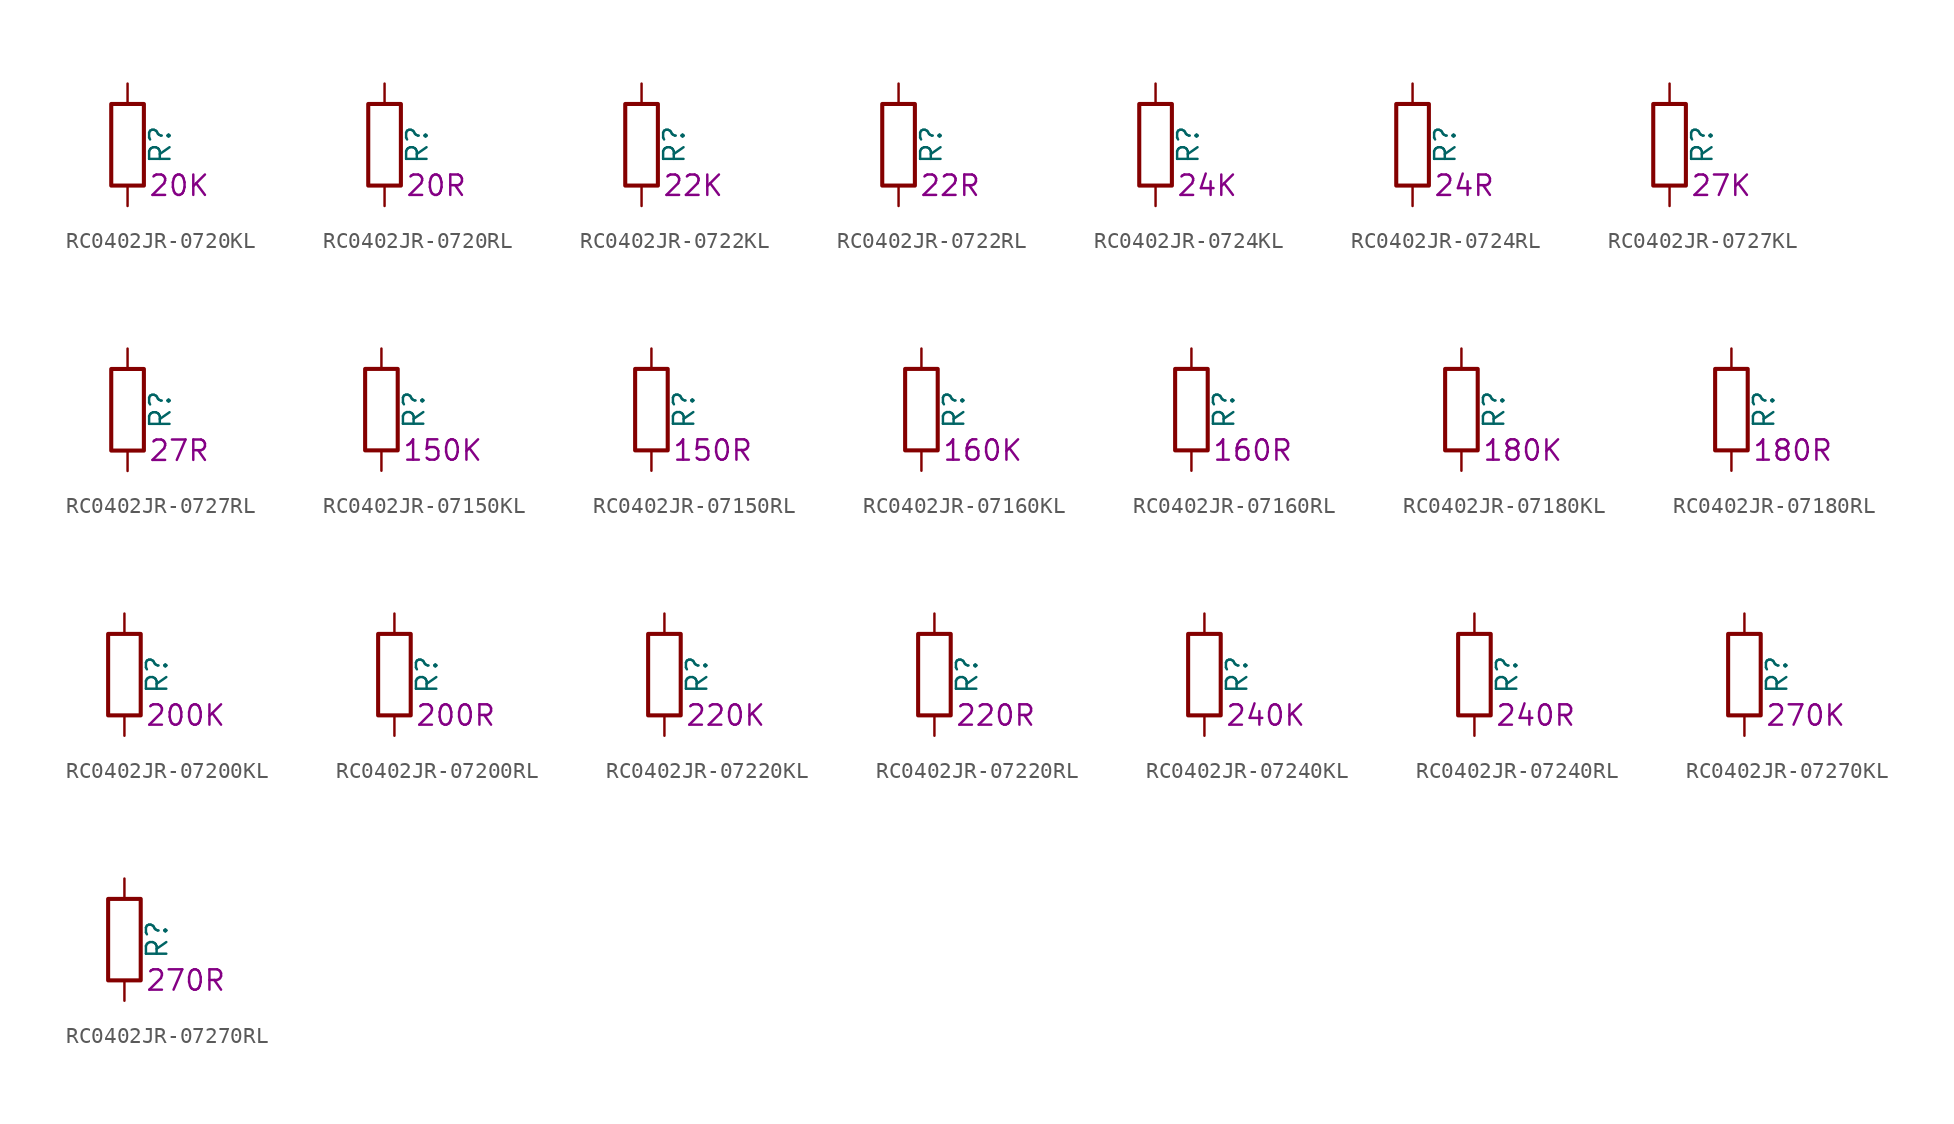
<source format=kicad_sym>
(kicad_symbol_lib
  (version 20220914)
  (generator kicad_symbol_editor)
  (symbol "RC0402JR-0720KL"
    (pin_numbers hide)
    (pin_names
      (offset 0))
    (property "Reference" "R"
      (at 2.032 0 90)
      (effects (font (size 1.27 1.27))))
    (property "Resistance" "20K"
      (at 1.27 -2.54 0)
      (effects (font (size 1.27 1.27)) (justify left)))
    (symbol "RC0402JR-0720KL_0_1"
      (rectangle (start -1.016 -2.54) (end 1.016 2.54) (stroke (width 0.254) (type default)) (fill (type none))))
    (symbol "RC0402JR-0720KL_1_1"
      (pin passive line (at 0 3.81 270) (length 1.27) (name "~" (effects (font (size 1.27 1.27)))) (number "1" (effects (font (size 1.27 1.27)))))
      (pin passive line (at 0 -3.81 90) (length 1.27) (name "~" (effects (font (size 1.27 1.27)))) (number "2" (effects (font (size 1.27 1.27)))))))
  (symbol "RC0402JR-0720RL"
    (pin_numbers hide)
    (pin_names
      (offset 0))
    (property "Reference" "R"
      (at 2.032 0 90)
      (effects (font (size 1.27 1.27))))
    (property "Resistance" "20R"
      (at 1.27 -2.54 0)
      (effects (font (size 1.27 1.27)) (justify left)))
    (symbol "RC0402JR-0720RL_0_1"
      (rectangle (start -1.016 -2.54) (end 1.016 2.54) (stroke (width 0.254) (type default)) (fill (type none))))
    (symbol "RC0402JR-0720RL_1_1"
      (pin passive line (at 0 3.81 270) (length 1.27) (name "~" (effects (font (size 1.27 1.27)))) (number "1" (effects (font (size 1.27 1.27)))))
      (pin passive line (at 0 -3.81 90) (length 1.27) (name "~" (effects (font (size 1.27 1.27)))) (number "2" (effects (font (size 1.27 1.27)))))))
  (symbol "RC0402JR-0722KL"
    (pin_numbers hide)
    (pin_names
      (offset 0))
    (property "Reference" "R"
      (at 2.032 0 90)
      (effects (font (size 1.27 1.27))))
    (property "Resistance" "22K"
      (at 1.27 -2.54 0)
      (effects (font (size 1.27 1.27)) (justify left)))
    (symbol "RC0402JR-0722KL_0_1"
      (rectangle (start -1.016 -2.54) (end 1.016 2.54) (stroke (width 0.254) (type default)) (fill (type none))))
    (symbol "RC0402JR-0722KL_1_1"
      (pin passive line (at 0 3.81 270) (length 1.27) (name "~" (effects (font (size 1.27 1.27)))) (number "1" (effects (font (size 1.27 1.27)))))
      (pin passive line (at 0 -3.81 90) (length 1.27) (name "~" (effects (font (size 1.27 1.27)))) (number "2" (effects (font (size 1.27 1.27)))))))
  (symbol "RC0402JR-0722RL"
    (pin_numbers hide)
    (pin_names
      (offset 0))
    (property "Reference" "R"
      (at 2.032 0 90)
      (effects (font (size 1.27 1.27))))
    (property "Resistance" "22R"
      (at 1.27 -2.54 0)
      (effects (font (size 1.27 1.27)) (justify left)))
    (symbol "RC0402JR-0722RL_0_1"
      (rectangle (start -1.016 -2.54) (end 1.016 2.54) (stroke (width 0.254) (type default)) (fill (type none))))
    (symbol "RC0402JR-0722RL_1_1"
      (pin passive line (at 0 3.81 270) (length 1.27) (name "~" (effects (font (size 1.27 1.27)))) (number "1" (effects (font (size 1.27 1.27)))))
      (pin passive line (at 0 -3.81 90) (length 1.27) (name "~" (effects (font (size 1.27 1.27)))) (number "2" (effects (font (size 1.27 1.27)))))))
  (symbol "RC0402JR-0724KL"
    (pin_numbers hide)
    (pin_names
      (offset 0))
    (property "Reference" "R"
      (at 2.032 0 90)
      (effects (font (size 1.27 1.27))))
    (property "Resistance" "24K"
      (at 1.27 -2.54 0)
      (effects (font (size 1.27 1.27)) (justify left)))
    (symbol "RC0402JR-0724KL_0_1"
      (rectangle (start -1.016 -2.54) (end 1.016 2.54) (stroke (width 0.254) (type default)) (fill (type none))))
    (symbol "RC0402JR-0724KL_1_1"
      (pin passive line (at 0 3.81 270) (length 1.27) (name "~" (effects (font (size 1.27 1.27)))) (number "1" (effects (font (size 1.27 1.27)))))
      (pin passive line (at 0 -3.81 90) (length 1.27) (name "~" (effects (font (size 1.27 1.27)))) (number "2" (effects (font (size 1.27 1.27)))))))
  (symbol "RC0402JR-0724RL"
    (pin_numbers hide)
    (pin_names
      (offset 0))
    (property "Reference" "R"
      (at 2.032 0 90)
      (effects (font (size 1.27 1.27))))
    (property "Resistance" "24R"
      (at 1.27 -2.54 0)
      (effects (font (size 1.27 1.27)) (justify left)))
    (symbol "RC0402JR-0724RL_0_1"
      (rectangle (start -1.016 -2.54) (end 1.016 2.54) (stroke (width 0.254) (type default)) (fill (type none))))
    (symbol "RC0402JR-0724RL_1_1"
      (pin passive line (at 0 3.81 270) (length 1.27) (name "~" (effects (font (size 1.27 1.27)))) (number "1" (effects (font (size 1.27 1.27)))))
      (pin passive line (at 0 -3.81 90) (length 1.27) (name "~" (effects (font (size 1.27 1.27)))) (number "2" (effects (font (size 1.27 1.27)))))))
  (symbol "RC0402JR-0727KL"
    (pin_numbers hide)
    (pin_names
      (offset 0))
    (property "Reference" "R"
      (at 2.032 0 90)
      (effects (font (size 1.27 1.27))))
    (property "Resistance" "27K"
      (at 1.27 -2.54 0)
      (effects (font (size 1.27 1.27)) (justify left)))
    (symbol "RC0402JR-0727KL_0_1"
      (rectangle (start -1.016 -2.54) (end 1.016 2.54) (stroke (width 0.254) (type default)) (fill (type none))))
    (symbol "RC0402JR-0727KL_1_1"
      (pin passive line (at 0 3.81 270) (length 1.27) (name "~" (effects (font (size 1.27 1.27)))) (number "1" (effects (font (size 1.27 1.27)))))
      (pin passive line (at 0 -3.81 90) (length 1.27) (name "~" (effects (font (size 1.27 1.27)))) (number "2" (effects (font (size 1.27 1.27)))))))
  (symbol "RC0402JR-0727RL"
    (pin_numbers hide)
    (pin_names
      (offset 0))
    (property "Reference" "R"
      (at 2.032 0 90)
      (effects (font (size 1.27 1.27))))
    (property "Resistance" "27R"
      (at 1.27 -2.54 0)
      (effects (font (size 1.27 1.27)) (justify left)))
    (symbol "RC0402JR-0727RL_0_1"
      (rectangle (start -1.016 -2.54) (end 1.016 2.54) (stroke (width 0.254) (type default)) (fill (type none))))
    (symbol "RC0402JR-0727RL_1_1"
      (pin passive line (at 0 3.81 270) (length 1.27) (name "~" (effects (font (size 1.27 1.27)))) (number "1" (effects (font (size 1.27 1.27)))))
      (pin passive line (at 0 -3.81 90) (length 1.27) (name "~" (effects (font (size 1.27 1.27)))) (number "2" (effects (font (size 1.27 1.27)))))))
  (symbol "RC0402JR-07150KL"
    (pin_numbers hide)
    (pin_names
      (offset 0))
    (property "Reference" "R"
      (at 2.032 0 90)
      (effects (font (size 1.27 1.27))))
    (property "Resistance" "150K"
      (at 1.27 -2.54 0)
      (effects (font (size 1.27 1.27)) (justify left)))
    (symbol "RC0402JR-07150KL_0_1"
      (rectangle (start -1.016 -2.54) (end 1.016 2.54) (stroke (width 0.254) (type default)) (fill (type none))))
    (symbol "RC0402JR-07150KL_1_1"
      (pin passive line (at 0 3.81 270) (length 1.27) (name "~" (effects (font (size 1.27 1.27)))) (number "1" (effects (font (size 1.27 1.27)))))
      (pin passive line (at 0 -3.81 90) (length 1.27) (name "~" (effects (font (size 1.27 1.27)))) (number "2" (effects (font (size 1.27 1.27)))))))
  (symbol "RC0402JR-07150RL"
    (pin_numbers hide)
    (pin_names
      (offset 0))
    (property "Reference" "R"
      (at 2.032 0 90)
      (effects (font (size 1.27 1.27))))
    (property "Resistance" "150R"
      (at 1.27 -2.54 0)
      (effects (font (size 1.27 1.27)) (justify left)))
    (symbol "RC0402JR-07150RL_0_1"
      (rectangle (start -1.016 -2.54) (end 1.016 2.54) (stroke (width 0.254) (type default)) (fill (type none))))
    (symbol "RC0402JR-07150RL_1_1"
      (pin passive line (at 0 3.81 270) (length 1.27) (name "~" (effects (font (size 1.27 1.27)))) (number "1" (effects (font (size 1.27 1.27)))))
      (pin passive line (at 0 -3.81 90) (length 1.27) (name "~" (effects (font (size 1.27 1.27)))) (number "2" (effects (font (size 1.27 1.27)))))))
  (symbol "RC0402JR-07160KL"
    (pin_numbers hide)
    (pin_names
      (offset 0))
    (property "Reference" "R"
      (at 2.032 0 90)
      (effects (font (size 1.27 1.27))))
    (property "Resistance" "160K"
      (at 1.27 -2.54 0)
      (effects (font (size 1.27 1.27)) (justify left)))
    (symbol "RC0402JR-07160KL_0_1"
      (rectangle (start -1.016 -2.54) (end 1.016 2.54) (stroke (width 0.254) (type default)) (fill (type none))))
    (symbol "RC0402JR-07160KL_1_1"
      (pin passive line (at 0 3.81 270) (length 1.27) (name "~" (effects (font (size 1.27 1.27)))) (number "1" (effects (font (size 1.27 1.27)))))
      (pin passive line (at 0 -3.81 90) (length 1.27) (name "~" (effects (font (size 1.27 1.27)))) (number "2" (effects (font (size 1.27 1.27)))))))
  (symbol "RC0402JR-07160RL"
    (pin_numbers hide)
    (pin_names
      (offset 0))
    (property "Reference" "R"
      (at 2.032 0 90)
      (effects (font (size 1.27 1.27))))
    (property "Resistance" "160R"
      (at 1.27 -2.54 0)
      (effects (font (size 1.27 1.27)) (justify left)))
    (symbol "RC0402JR-07160RL_0_1"
      (rectangle (start -1.016 -2.54) (end 1.016 2.54) (stroke (width 0.254) (type default)) (fill (type none))))
    (symbol "RC0402JR-07160RL_1_1"
      (pin passive line (at 0 3.81 270) (length 1.27) (name "~" (effects (font (size 1.27 1.27)))) (number "1" (effects (font (size 1.27 1.27)))))
      (pin passive line (at 0 -3.81 90) (length 1.27) (name "~" (effects (font (size 1.27 1.27)))) (number "2" (effects (font (size 1.27 1.27)))))))
  (symbol "RC0402JR-07180KL"
    (pin_numbers hide)
    (pin_names
      (offset 0))
    (property "Reference" "R"
      (at 2.032 0 90)
      (effects (font (size 1.27 1.27))))
    (property "Resistance" "180K"
      (at 1.27 -2.54 0)
      (effects (font (size 1.27 1.27)) (justify left)))
    (symbol "RC0402JR-07180KL_0_1"
      (rectangle (start -1.016 -2.54) (end 1.016 2.54) (stroke (width 0.254) (type default)) (fill (type none))))
    (symbol "RC0402JR-07180KL_1_1"
      (pin passive line (at 0 3.81 270) (length 1.27) (name "~" (effects (font (size 1.27 1.27)))) (number "1" (effects (font (size 1.27 1.27)))))
      (pin passive line (at 0 -3.81 90) (length 1.27) (name "~" (effects (font (size 1.27 1.27)))) (number "2" (effects (font (size 1.27 1.27)))))))
  (symbol "RC0402JR-07180RL"
    (pin_numbers hide)
    (pin_names
      (offset 0))
    (property "Reference" "R"
      (at 2.032 0 90)
      (effects (font (size 1.27 1.27))))
    (property "Resistance" "180R"
      (at 1.27 -2.54 0)
      (effects (font (size 1.27 1.27)) (justify left)))
    (symbol "RC0402JR-07180RL_0_1"
      (rectangle (start -1.016 -2.54) (end 1.016 2.54) (stroke (width 0.254) (type default)) (fill (type none))))
    (symbol "RC0402JR-07180RL_1_1"
      (pin passive line (at 0 3.81 270) (length 1.27) (name "~" (effects (font (size 1.27 1.27)))) (number "1" (effects (font (size 1.27 1.27)))))
      (pin passive line (at 0 -3.81 90) (length 1.27) (name "~" (effects (font (size 1.27 1.27)))) (number "2" (effects (font (size 1.27 1.27)))))))
  (symbol "RC0402JR-07200KL"
    (pin_numbers hide)
    (pin_names
      (offset 0))
    (property "Reference" "R"
      (at 2.032 0 90)
      (effects (font (size 1.27 1.27))))
    (property "Resistance" "200K"
      (at 1.27 -2.54 0)
      (effects (font (size 1.27 1.27)) (justify left)))
    (symbol "RC0402JR-07200KL_0_1"
      (rectangle (start -1.016 -2.54) (end 1.016 2.54) (stroke (width 0.254) (type default)) (fill (type none))))
    (symbol "RC0402JR-07200KL_1_1"
      (pin passive line (at 0 3.81 270) (length 1.27) (name "~" (effects (font (size 1.27 1.27)))) (number "1" (effects (font (size 1.27 1.27)))))
      (pin passive line (at 0 -3.81 90) (length 1.27) (name "~" (effects (font (size 1.27 1.27)))) (number "2" (effects (font (size 1.27 1.27)))))))
  (symbol "RC0402JR-07200RL"
    (pin_numbers hide)
    (pin_names
      (offset 0))
    (property "Reference" "R"
      (at 2.032 0 90)
      (effects (font (size 1.27 1.27))))
    (property "Resistance" "200R"
      (at 1.27 -2.54 0)
      (effects (font (size 1.27 1.27)) (justify left)))
    (symbol "RC0402JR-07200RL_0_1"
      (rectangle (start -1.016 -2.54) (end 1.016 2.54) (stroke (width 0.254) (type default)) (fill (type none))))
    (symbol "RC0402JR-07200RL_1_1"
      (pin passive line (at 0 3.81 270) (length 1.27) (name "~" (effects (font (size 1.27 1.27)))) (number "1" (effects (font (size 1.27 1.27)))))
      (pin passive line (at 0 -3.81 90) (length 1.27) (name "~" (effects (font (size 1.27 1.27)))) (number "2" (effects (font (size 1.27 1.27)))))))
  (symbol "RC0402JR-07220KL"
    (pin_numbers hide)
    (pin_names
      (offset 0))
    (property "Reference" "R"
      (at 2.032 0 90)
      (effects (font (size 1.27 1.27))))
    (property "Resistance" "220K"
      (at 1.27 -2.54 0)
      (effects (font (size 1.27 1.27)) (justify left)))
    (symbol "RC0402JR-07220KL_0_1"
      (rectangle (start -1.016 -2.54) (end 1.016 2.54) (stroke (width 0.254) (type default)) (fill (type none))))
    (symbol "RC0402JR-07220KL_1_1"
      (pin passive line (at 0 3.81 270) (length 1.27) (name "~" (effects (font (size 1.27 1.27)))) (number "1" (effects (font (size 1.27 1.27)))))
      (pin passive line (at 0 -3.81 90) (length 1.27) (name "~" (effects (font (size 1.27 1.27)))) (number "2" (effects (font (size 1.27 1.27)))))))
  (symbol "RC0402JR-07220RL"
    (pin_numbers hide)
    (pin_names
      (offset 0))
    (property "Reference" "R"
      (at 2.032 0 90)
      (effects (font (size 1.27 1.27))))
    (property "Resistance" "220R"
      (at 1.27 -2.54 0)
      (effects (font (size 1.27 1.27)) (justify left)))
    (symbol "RC0402JR-07220RL_0_1"
      (rectangle (start -1.016 -2.54) (end 1.016 2.54) (stroke (width 0.254) (type default)) (fill (type none))))
    (symbol "RC0402JR-07220RL_1_1"
      (pin passive line (at 0 3.81 270) (length 1.27) (name "~" (effects (font (size 1.27 1.27)))) (number "1" (effects (font (size 1.27 1.27)))))
      (pin passive line (at 0 -3.81 90) (length 1.27) (name "~" (effects (font (size 1.27 1.27)))) (number "2" (effects (font (size 1.27 1.27)))))))
  (symbol "RC0402JR-07240KL"
    (pin_numbers hide)
    (pin_names
      (offset 0))
    (property "Reference" "R"
      (at 2.032 0 90)
      (effects (font (size 1.27 1.27))))
    (property "Resistance" "240K"
      (at 1.27 -2.54 0)
      (effects (font (size 1.27 1.27)) (justify left)))
    (symbol "RC0402JR-07240KL_0_1"
      (rectangle (start -1.016 -2.54) (end 1.016 2.54) (stroke (width 0.254) (type default)) (fill (type none))))
    (symbol "RC0402JR-07240KL_1_1"
      (pin passive line (at 0 3.81 270) (length 1.27) (name "~" (effects (font (size 1.27 1.27)))) (number "1" (effects (font (size 1.27 1.27)))))
      (pin passive line (at 0 -3.81 90) (length 1.27) (name "~" (effects (font (size 1.27 1.27)))) (number "2" (effects (font (size 1.27 1.27)))))))
  (symbol "RC0402JR-07240RL"
    (pin_numbers hide)
    (pin_names
      (offset 0))
    (property "Reference" "R"
      (at 2.032 0 90)
      (effects (font (size 1.27 1.27))))
    (property "Resistance" "240R"
      (at 1.27 -2.54 0)
      (effects (font (size 1.27 1.27)) (justify left)))
    (symbol "RC0402JR-07240RL_0_1"
      (rectangle (start -1.016 -2.54) (end 1.016 2.54) (stroke (width 0.254) (type default)) (fill (type none))))
    (symbol "RC0402JR-07240RL_1_1"
      (pin passive line (at 0 3.81 270) (length 1.27) (name "~" (effects (font (size 1.27 1.27)))) (number "1" (effects (font (size 1.27 1.27)))))
      (pin passive line (at 0 -3.81 90) (length 1.27) (name "~" (effects (font (size 1.27 1.27)))) (number "2" (effects (font (size 1.27 1.27)))))))
  (symbol "RC0402JR-07270KL"
    (pin_numbers hide)
    (pin_names
      (offset 0))
    (property "Reference" "R"
      (at 2.032 0 90)
      (effects (font (size 1.27 1.27))))
    (property "Resistance" "270K"
      (at 1.27 -2.54 0)
      (effects (font (size 1.27 1.27)) (justify left)))
    (symbol "RC0402JR-07270KL_0_1"
      (rectangle (start -1.016 -2.54) (end 1.016 2.54) (stroke (width 0.254) (type default)) (fill (type none))))
    (symbol "RC0402JR-07270KL_1_1"
      (pin passive line (at 0 3.81 270) (length 1.27) (name "~" (effects (font (size 1.27 1.27)))) (number "1" (effects (font (size 1.27 1.27)))))
      (pin passive line (at 0 -3.81 90) (length 1.27) (name "~" (effects (font (size 1.27 1.27)))) (number "2" (effects (font (size 1.27 1.27)))))))
  (symbol "RC0402JR-07270RL"
    (pin_numbers hide)
    (pin_names
      (offset 0))
    (property "Reference" "R"
      (at 2.032 0 90)
      (effects (font (size 1.27 1.27))))
    (property "Resistance" "270R"
      (at 1.27 -2.54 0)
      (effects (font (size 1.27 1.27)) (justify left)))
    (symbol "RC0402JR-07270RL_0_1"
      (rectangle (start -1.016 -2.54) (end 1.016 2.54) (stroke (width 0.254) (type default)) (fill (type none))))
    (symbol "RC0402JR-07270RL_1_1"
      (pin passive line (at 0 3.81 270) (length 1.27) (name "~" (effects (font (size 1.27 1.27)))) (number "1" (effects (font (size 1.27 1.27)))))
      (pin passive line (at 0 -3.81 90) (length 1.27) (name "~" (effects (font (size 1.27 1.27)))) (number "2" (effects (font (size 1.27 1.27))))))))
</source>
